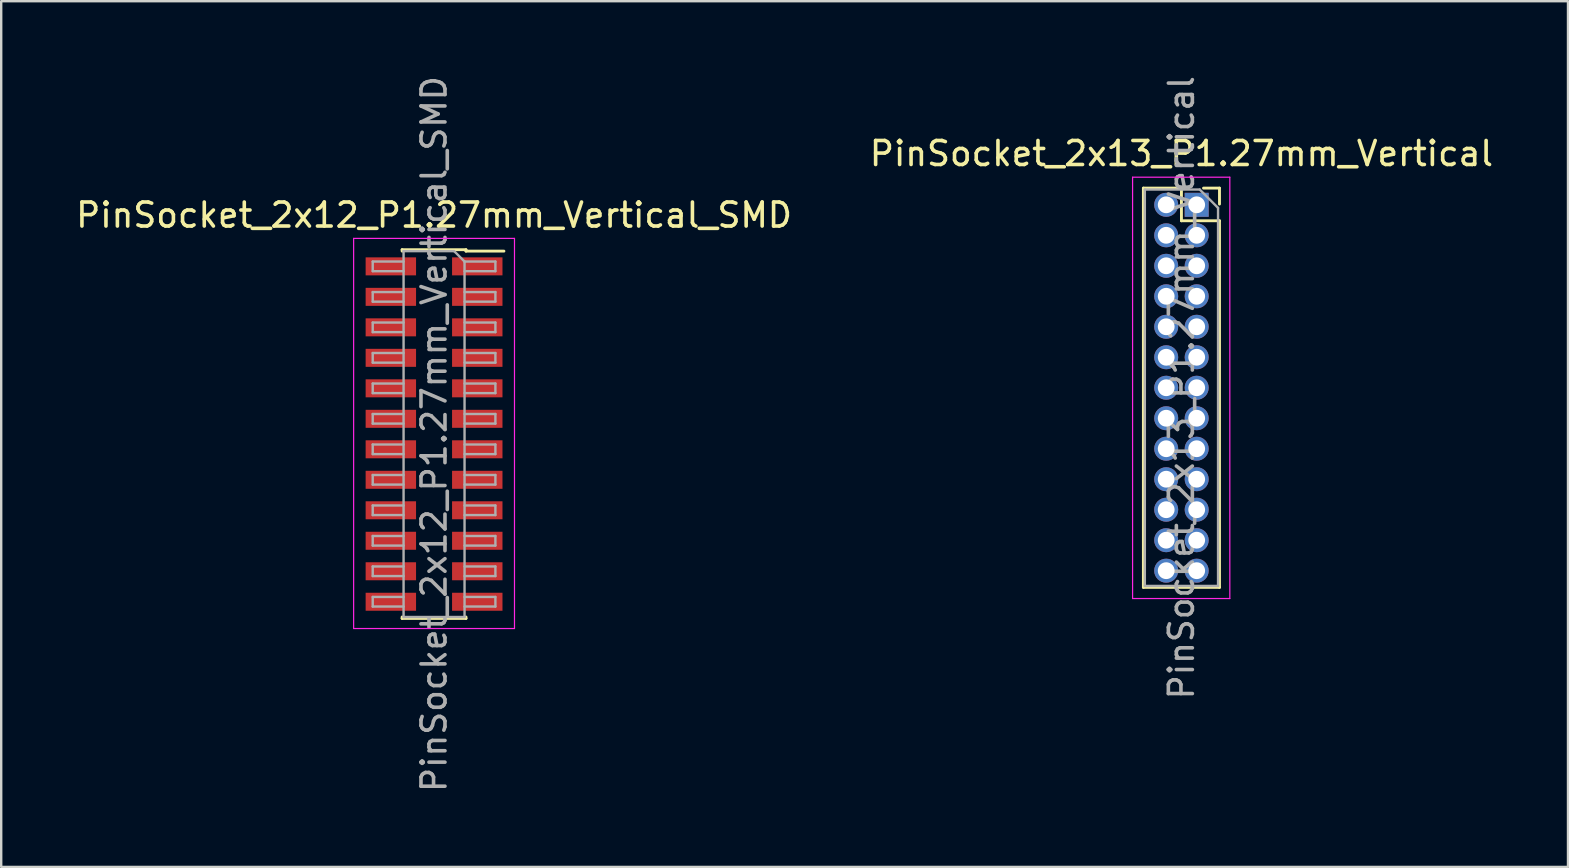
<source format=kicad_pcb>
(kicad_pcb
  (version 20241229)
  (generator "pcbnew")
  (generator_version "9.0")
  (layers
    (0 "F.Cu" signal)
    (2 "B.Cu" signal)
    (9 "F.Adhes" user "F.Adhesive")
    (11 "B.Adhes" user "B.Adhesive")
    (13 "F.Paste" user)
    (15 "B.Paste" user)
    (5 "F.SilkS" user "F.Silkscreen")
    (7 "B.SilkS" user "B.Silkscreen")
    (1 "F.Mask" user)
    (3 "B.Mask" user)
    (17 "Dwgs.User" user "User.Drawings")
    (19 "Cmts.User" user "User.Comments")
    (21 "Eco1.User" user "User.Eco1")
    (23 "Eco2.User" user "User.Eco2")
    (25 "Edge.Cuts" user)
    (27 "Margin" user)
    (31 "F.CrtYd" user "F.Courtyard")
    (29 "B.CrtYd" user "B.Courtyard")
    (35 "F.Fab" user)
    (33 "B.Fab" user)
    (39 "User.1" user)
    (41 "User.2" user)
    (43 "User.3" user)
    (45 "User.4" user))
  (footprint "PinSocket_2x12_P1.27mm_Vertical_SMD"
    (layer "F.Cu")
    (at 15.03 15.03)
    (property "Reference" "PinSocket_2x12_P1.27mm_Vertical_SMD" (at 0 -9.12 0) (layer "F.SilkS") (effects (font (size 1 1) (thickness 0.15))))
    (attr smd)
    (fp_line (start -1.33 -7.68) (end 1.33 -7.68) (stroke (width 0.12) (type solid)) (layer "F.SilkS"))
    (fp_line (start -1.33 -7.62) (end -1.33 -7.68) (stroke (width 0.12) (type solid)) (layer "F.SilkS"))
    (fp_line (start -1.33 7.68) (end -1.33 7.62) (stroke (width 0.12) (type solid)) (layer "F.SilkS"))
    (fp_line (start 1.33 -7.68) (end 1.33 -7.62) (stroke (width 0.12) (type solid)) (layer "F.SilkS"))
    (fp_line (start 1.33 -7.62) (end 2.91 -7.62) (stroke (width 0.12) (type solid)) (layer "F.SilkS"))
    (fp_line (start 1.33 7.62) (end 1.33 7.68) (stroke (width 0.12) (type solid)) (layer "F.SilkS"))
    (fp_line (start 1.33 7.68) (end -1.33 7.68) (stroke (width 0.12) (type solid)) (layer "F.SilkS"))
    (fp_line (start -3.35 -8.15) (end 3.35 -8.15) (stroke (width 0.05) (type solid)) (layer "F.CrtYd"))
    (fp_line (start -3.35 8.1) (end -3.35 -8.15) (stroke (width 0.05) (type solid)) (layer "F.CrtYd"))
    (fp_line (start 3.35 -8.15) (end 3.35 8.1) (stroke (width 0.05) (type solid)) (layer "F.CrtYd"))
    (fp_line (start 3.35 8.1) (end -3.35 8.1) (stroke (width 0.05) (type solid)) (layer "F.CrtYd"))
    (fp_line (start -2.555 -7.185) (end -1.27 -7.185) (stroke (width 0.1) (type solid)) (layer "F.Fab"))
    (fp_line (start -2.555 -6.785) (end -2.555 -7.185) (stroke (width 0.1) (type solid)) (layer "F.Fab"))
    (fp_line (start -2.555 -5.915) (end -1.27 -5.915) (stroke (width 0.1) (type solid)) (layer "F.Fab"))
    (fp_line (start -2.555 -5.515) (end -2.555 -5.915) (stroke (width 0.1) (type solid)) (layer "F.Fab"))
    (fp_line (start -2.555 -4.645) (end -1.27 -4.645) (stroke (width 0.1) (type solid)) (layer "F.Fab"))
    (fp_line (start -2.555 -4.245) (end -2.555 -4.645) (stroke (width 0.1) (type solid)) (layer "F.Fab"))
    (fp_line (start -2.555 -3.375) (end -1.27 -3.375) (stroke (width 0.1) (type solid)) (layer "F.Fab"))
    (fp_line (start -2.555 -2.975) (end -2.555 -3.375) (stroke (width 0.1) (type solid)) (layer "F.Fab"))
    (fp_line (start -2.555 -2.105) (end -1.27 -2.105) (stroke (width 0.1) (type solid)) (layer "F.Fab"))
    (fp_line (start -2.555 -1.705) (end -2.555 -2.105) (stroke (width 0.1) (type solid)) (layer "F.Fab"))
    (fp_line (start -2.555 -0.835) (end -1.27 -0.835) (stroke (width 0.1) (type solid)) (layer "F.Fab"))
    (fp_line (start -2.555 -0.435) (end -2.555 -0.835) (stroke (width 0.1) (type solid)) (layer "F.Fab"))
    (fp_line (start -2.555 0.435) (end -1.27 0.435) (stroke (width 0.1) (type solid)) (layer "F.Fab"))
    (fp_line (start -2.555 0.835) (end -2.555 0.435) (stroke (width 0.1) (type solid)) (layer "F.Fab"))
    (fp_line (start -2.555 1.705) (end -1.27 1.705) (stroke (width 0.1) (type solid)) (layer "F.Fab"))
    (fp_line (start -2.555 2.105) (end -2.555 1.705) (stroke (width 0.1) (type solid)) (layer "F.Fab"))
    (fp_line (start -2.555 2.975) (end -1.27 2.975) (stroke (width 0.1) (type solid)) (layer "F.Fab"))
    (fp_line (start -2.555 3.375) (end -2.555 2.975) (stroke (width 0.1) (type solid)) (layer "F.Fab"))
    (fp_line (start -2.555 4.245) (end -1.27 4.245) (stroke (width 0.1) (type solid)) (layer "F.Fab"))
    (fp_line (start -2.555 4.645) (end -2.555 4.245) (stroke (width 0.1) (type solid)) (layer "F.Fab"))
    (fp_line (start -2.555 5.515) (end -1.27 5.515) (stroke (width 0.1) (type solid)) (layer "F.Fab"))
    (fp_line (start -2.555 5.915) (end -2.555 5.515) (stroke (width 0.1) (type solid)) (layer "F.Fab"))
    (fp_line (start -2.555 6.785) (end -1.27 6.785) (stroke (width 0.1) (type solid)) (layer "F.Fab"))
    (fp_line (start -2.555 7.185) (end -2.555 6.785) (stroke (width 0.1) (type solid)) (layer "F.Fab"))
    (fp_line (start -1.27 -7.62) (end 0.835 -7.62) (stroke (width 0.1) (type solid)) (layer "F.Fab"))
    (fp_line (start -1.27 -6.785) (end -2.555 -6.785) (stroke (width 0.1) (type solid)) (layer "F.Fab"))
    (fp_line (start -1.27 -5.515) (end -2.555 -5.515) (stroke (width 0.1) (type solid)) (layer "F.Fab"))
    (fp_line (start -1.27 -4.245) (end -2.555 -4.245) (stroke (width 0.1) (type solid)) (layer "F.Fab"))
    (fp_line (start -1.27 -2.975) (end -2.555 -2.975) (stroke (width 0.1) (type solid)) (layer "F.Fab"))
    (fp_line (start -1.27 -1.705) (end -2.555 -1.705) (stroke (width 0.1) (type solid)) (layer "F.Fab"))
    (fp_line (start -1.27 -0.435) (end -2.555 -0.435) (stroke (width 0.1) (type solid)) (layer "F.Fab"))
    (fp_line (start -1.27 0.835) (end -2.555 0.835) (stroke (width 0.1) (type solid)) (layer "F.Fab"))
    (fp_line (start -1.27 2.105) (end -2.555 2.105) (stroke (width 0.1) (type solid)) (layer "F.Fab"))
    (fp_line (start -1.27 3.375) (end -2.555 3.375) (stroke (width 0.1) (type solid)) (layer "F.Fab"))
    (fp_line (start -1.27 4.645) (end -2.555 4.645) (stroke (width 0.1) (type solid)) (layer "F.Fab"))
    (fp_line (start -1.27 5.915) (end -2.555 5.915) (stroke (width 0.1) (type solid)) (layer "F.Fab"))
    (fp_line (start -1.27 7.185) (end -2.555 7.185) (stroke (width 0.1) (type solid)) (layer "F.Fab"))
    (fp_line (start -1.27 7.62) (end -1.27 -7.62) (stroke (width 0.1) (type solid)) (layer "F.Fab"))
    (fp_line (start 0.835 -7.62) (end 1.27 -7.185) (stroke (width 0.1) (type solid)) (layer "F.Fab"))
    (fp_line (start 1.27 -7.185) (end 1.27 7.62) (stroke (width 0.1) (type solid)) (layer "F.Fab"))
    (fp_line (start 1.27 -7.185) (end 2.555 -7.185) (stroke (width 0.1) (type solid)) (layer "F.Fab"))
    (fp_line (start 1.27 -5.915) (end 2.555 -5.915) (stroke (width 0.1) (type solid)) (layer "F.Fab"))
    (fp_line (start 1.27 -4.645) (end 2.555 -4.645) (stroke (width 0.1) (type solid)) (layer "F.Fab"))
    (fp_line (start 1.27 -3.375) (end 2.555 -3.375) (stroke (width 0.1) (type solid)) (layer "F.Fab"))
    (fp_line (start 1.27 -2.105) (end 2.555 -2.105) (stroke (width 0.1) (type solid)) (layer "F.Fab"))
    (fp_line (start 1.27 -0.835) (end 2.555 -0.835) (stroke (width 0.1) (type solid)) (layer "F.Fab"))
    (fp_line (start 1.27 0.435) (end 2.555 0.435) (stroke (width 0.1) (type solid)) (layer "F.Fab"))
    (fp_line (start 1.27 1.705) (end 2.555 1.705) (stroke (width 0.1) (type solid)) (layer "F.Fab"))
    (fp_line (start 1.27 2.975) (end 2.555 2.975) (stroke (width 0.1) (type solid)) (layer "F.Fab"))
    (fp_line (start 1.27 4.245) (end 2.555 4.245) (stroke (width 0.1) (type solid)) (layer "F.Fab"))
    (fp_line (start 1.27 5.515) (end 2.555 5.515) (stroke (width 0.1) (type solid)) (layer "F.Fab"))
    (fp_line (start 1.27 6.785) (end 2.555 6.785) (stroke (width 0.1) (type solid)) (layer "F.Fab"))
    (fp_line (start 1.27 7.62) (end -1.27 7.62) (stroke (width 0.1) (type solid)) (layer "F.Fab"))
    (fp_line (start 2.555 -7.185) (end 2.555 -6.785) (stroke (width 0.1) (type solid)) (layer "F.Fab"))
    (fp_line (start 2.555 -6.785) (end 1.27 -6.785) (stroke (width 0.1) (type solid)) (layer "F.Fab"))
    (fp_line (start 2.555 -5.915) (end 2.555 -5.515) (stroke (width 0.1) (type solid)) (layer "F.Fab"))
    (fp_line (start 2.555 -5.515) (end 1.27 -5.515) (stroke (width 0.1) (type solid)) (layer "F.Fab"))
    (fp_line (start 2.555 -4.645) (end 2.555 -4.245) (stroke (width 0.1) (type solid)) (layer "F.Fab"))
    (fp_line (start 2.555 -4.245) (end 1.27 -4.245) (stroke (width 0.1) (type solid)) (layer "F.Fab"))
    (fp_line (start 2.555 -3.375) (end 2.555 -2.975) (stroke (width 0.1) (type solid)) (layer "F.Fab"))
    (fp_line (start 2.555 -2.975) (end 1.27 -2.975) (stroke (width 0.1) (type solid)) (layer "F.Fab"))
    (fp_line (start 2.555 -2.105) (end 2.555 -1.705) (stroke (width 0.1) (type solid)) (layer "F.Fab"))
    (fp_line (start 2.555 -1.705) (end 1.27 -1.705) (stroke (width 0.1) (type solid)) (layer "F.Fab"))
    (fp_line (start 2.555 -0.835) (end 2.555 -0.435) (stroke (width 0.1) (type solid)) (layer "F.Fab"))
    (fp_line (start 2.555 -0.435) (end 1.27 -0.435) (stroke (width 0.1) (type solid)) (layer "F.Fab"))
    (fp_line (start 2.555 0.435) (end 2.555 0.835) (stroke (width 0.1) (type solid)) (layer "F.Fab"))
    (fp_line (start 2.555 0.835) (end 1.27 0.835) (stroke (width 0.1) (type solid)) (layer "F.Fab"))
    (fp_line (start 2.555 1.705) (end 2.555 2.105) (stroke (width 0.1) (type solid)) (layer "F.Fab"))
    (fp_line (start 2.555 2.105) (end 1.27 2.105) (stroke (width 0.1) (type solid)) (layer "F.Fab"))
    (fp_line (start 2.555 2.975) (end 2.555 3.375) (stroke (width 0.1) (type solid)) (layer "F.Fab"))
    (fp_line (start 2.555 3.375) (end 1.27 3.375) (stroke (width 0.1) (type solid)) (layer "F.Fab"))
    (fp_line (start 2.555 4.245) (end 2.555 4.645) (stroke (width 0.1) (type solid)) (layer "F.Fab"))
    (fp_line (start 2.555 4.645) (end 1.27 4.645) (stroke (width 0.1) (type solid)) (layer "F.Fab"))
    (fp_line (start 2.555 5.515) (end 2.555 5.915) (stroke (width 0.1) (type solid)) (layer "F.Fab"))
    (fp_line (start 2.555 5.915) (end 1.27 5.915) (stroke (width 0.1) (type solid)) (layer "F.Fab"))
    (fp_line (start 2.555 6.785) (end 2.555 7.185) (stroke (width 0.1) (type solid)) (layer "F.Fab"))
    (fp_line (start 2.555 7.185) (end 1.27 7.185) (stroke (width 0.1) (type solid)) (layer "F.Fab"))
    (fp_text user "${REFERENCE}" (at 0 0 90) (layer "F.Fab") (effects (font (size 1 1) (thickness 0.15))))
    (pad "1" smd rect (at 1.8 -6.985) (size 2.1 0.75) (layers "F.Cu" "F.Mask" "F.Paste"))
    (pad "2" smd rect (at -1.8 -6.985) (size 2.1 0.75) (layers "F.Cu" "F.Mask" "F.Paste"))
    (pad "3" smd rect (at 1.8 -5.715) (size 2.1 0.75) (layers "F.Cu" "F.Mask" "F.Paste"))
    (pad "4" smd rect (at -1.8 -5.715) (size 2.1 0.75) (layers "F.Cu" "F.Mask" "F.Paste"))
    (pad "5" smd rect (at 1.8 -4.445) (size 2.1 0.75) (layers "F.Cu" "F.Mask" "F.Paste"))
    (pad "6" smd rect (at -1.8 -4.445) (size 2.1 0.75) (layers "F.Cu" "F.Mask" "F.Paste"))
    (pad "7" smd rect (at 1.8 -3.175) (size 2.1 0.75) (layers "F.Cu" "F.Mask" "F.Paste"))
    (pad "8" smd rect (at -1.8 -3.175) (size 2.1 0.75) (layers "F.Cu" "F.Mask" "F.Paste"))
    (pad "9" smd rect (at 1.8 -1.905) (size 2.1 0.75) (layers "F.Cu" "F.Mask" "F.Paste"))
    (pad "10" smd rect (at -1.8 -1.905) (size 2.1 0.75) (layers "F.Cu" "F.Mask" "F.Paste"))
    (pad "11" smd rect (at 1.8 -0.635) (size 2.1 0.75) (layers "F.Cu" "F.Mask" "F.Paste"))
    (pad "12" smd rect (at -1.8 -0.635) (size 2.1 0.75) (layers "F.Cu" "F.Mask" "F.Paste"))
    (pad "13" smd rect (at 1.8 0.635) (size 2.1 0.75) (layers "F.Cu" "F.Mask" "F.Paste"))
    (pad "14" smd rect (at -1.8 0.635) (size 2.1 0.75) (layers "F.Cu" "F.Mask" "F.Paste"))
    (pad "15" smd rect (at 1.8 1.905) (size 2.1 0.75) (layers "F.Cu" "F.Mask" "F.Paste"))
    (pad "16" smd rect (at -1.8 1.905) (size 2.1 0.75) (layers "F.Cu" "F.Mask" "F.Paste"))
    (pad "17" smd rect (at 1.8 3.175) (size 2.1 0.75) (layers "F.Cu" "F.Mask" "F.Paste"))
    (pad "18" smd rect (at -1.8 3.175) (size 2.1 0.75) (layers "F.Cu" "F.Mask" "F.Paste"))
    (pad "19" smd rect (at 1.8 4.445) (size 2.1 0.75) (layers "F.Cu" "F.Mask" "F.Paste"))
    (pad "20" smd rect (at -1.8 4.445) (size 2.1 0.75) (layers "F.Cu" "F.Mask" "F.Paste"))
    (pad "21" smd rect (at 1.8 5.715) (size 2.1 0.75) (layers "F.Cu" "F.Mask" "F.Paste"))
    (pad "22" smd rect (at -1.8 5.715) (size 2.1 0.75) (layers "F.Cu" "F.Mask" "F.Paste"))
    (pad "23" smd rect (at 1.8 6.985) (size 2.1 0.75) (layers "F.Cu" "F.Mask" "F.Paste"))
    (pad "24" smd rect (at -1.8 6.985) (size 2.1 0.75) (layers "F.Cu" "F.Mask" "F.Paste")))
  (footprint "PinSocket_2x13_P1.27mm_Vertical"
    (layer "F.Cu")
    (at 46.796 5.481)
    (property "Reference" "PinSocket_2x13_P1.27mm_Vertical" (at -0.635 -2.135 0) (layer "F.SilkS") (effects (font (size 1 1) (thickness 0.15))))
    (attr through_hole)
    (fp_line (start -2.22 -0.695) (end -2.22 15.935) (stroke (width 0.12) (type solid)) (layer "F.SilkS"))
    (fp_line (start -2.22 15.935) (end 0.95 15.935) (stroke (width 0.12) (type solid)) (layer "F.SilkS"))
    (fp_line (start -0.635 -0.695) (end -2.22 -0.695) (stroke (width 0.12) (type solid)) (layer "F.SilkS"))
    (fp_line (start -0.635 0.665) (end -0.635 -0.695) (stroke (width 0.12) (type solid)) (layer "F.SilkS"))
    (fp_line (start 0.95 -0.695) (end 0.285 -0.695) (stroke (width 0.12) (type solid)) (layer "F.SilkS"))
    (fp_line (start 0.95 -0.03) (end 0.95 -0.695) (stroke (width 0.12) (type solid)) (layer "F.SilkS"))
    (fp_line (start 0.95 0.665) (end -0.635 0.665) (stroke (width 0.12) (type solid)) (layer "F.SilkS"))
    (fp_line (start 0.95 15.935) (end 0.95 0.665) (stroke (width 0.12) (type solid)) (layer "F.SilkS"))
    (fp_line (start -2.67 -1.15) (end 1.38 -1.15) (stroke (width 0.05) (type solid)) (layer "F.CrtYd"))
    (fp_line (start -2.67 16.4) (end -2.67 -1.15) (stroke (width 0.05) (type solid)) (layer "F.CrtYd"))
    (fp_line (start 1.38 -1.15) (end 1.38 16.4) (stroke (width 0.05) (type solid)) (layer "F.CrtYd"))
    (fp_line (start 1.38 16.4) (end -2.67 16.4) (stroke (width 0.05) (type solid)) (layer "F.CrtYd"))
    (fp_line (start -2.16 -0.635) (end 0.128 -0.635) (stroke (width 0.1) (type solid)) (layer "F.Fab"))
    (fp_line (start -2.16 15.875) (end -2.16 -0.635) (stroke (width 0.1) (type solid)) (layer "F.Fab"))
    (fp_line (start 0.128 -0.635) (end 0.89 0.128) (stroke (width 0.1) (type solid)) (layer "F.Fab"))
    (fp_line (start 0.89 0.128) (end 0.89 15.875) (stroke (width 0.1) (type solid)) (layer "F.Fab"))
    (fp_line (start 0.89 15.875) (end -2.16 15.875) (stroke (width 0.1) (type solid)) (layer "F.Fab"))
    (fp_text user "${REFERENCE}" (at -0.635 7.62 90) (layer "F.Fab") (effects (font (size 1 1) (thickness 0.15))))
    (pad "1" thru_hole rect (at 0 0) (size 1 1) (drill 0.7) (layers "*.Cu" "*.Mask"))
    (pad "2" thru_hole oval (at -1.27 0) (size 1 1) (drill 0.7) (layers "*.Cu" "*.Mask"))
    (pad "3" thru_hole oval (at 0 1.27) (size 1 1) (drill 0.7) (layers "*.Cu" "*.Mask"))
    (pad "4" thru_hole oval (at -1.27 1.27) (size 1 1) (drill 0.7) (layers "*.Cu" "*.Mask"))
    (pad "5" thru_hole oval (at 0 2.54) (size 1 1) (drill 0.7) (layers "*.Cu" "*.Mask"))
    (pad "6" thru_hole oval (at -1.27 2.54) (size 1 1) (drill 0.7) (layers "*.Cu" "*.Mask"))
    (pad "7" thru_hole oval (at 0 3.81) (size 1 1) (drill 0.7) (layers "*.Cu" "*.Mask"))
    (pad "8" thru_hole oval (at -1.27 3.81) (size 1 1) (drill 0.7) (layers "*.Cu" "*.Mask"))
    (pad "9" thru_hole oval (at 0 5.08) (size 1 1) (drill 0.7) (layers "*.Cu" "*.Mask"))
    (pad "10" thru_hole oval (at -1.27 5.08) (size 1 1) (drill 0.7) (layers "*.Cu" "*.Mask"))
    (pad "11" thru_hole oval (at 0 6.35) (size 1 1) (drill 0.7) (layers "*.Cu" "*.Mask"))
    (pad "12" thru_hole oval (at -1.27 6.35) (size 1 1) (drill 0.7) (layers "*.Cu" "*.Mask"))
    (pad "13" thru_hole oval (at 0 7.62) (size 1 1) (drill 0.7) (layers "*.Cu" "*.Mask"))
    (pad "14" thru_hole oval (at -1.27 7.62) (size 1 1) (drill 0.7) (layers "*.Cu" "*.Mask"))
    (pad "15" thru_hole oval (at 0 8.89) (size 1 1) (drill 0.7) (layers "*.Cu" "*.Mask"))
    (pad "16" thru_hole oval (at -1.27 8.89) (size 1 1) (drill 0.7) (layers "*.Cu" "*.Mask"))
    (pad "17" thru_hole oval (at 0 10.16) (size 1 1) (drill 0.7) (layers "*.Cu" "*.Mask"))
    (pad "18" thru_hole oval (at -1.27 10.16) (size 1 1) (drill 0.7) (layers "*.Cu" "*.Mask"))
    (pad "19" thru_hole oval (at 0 11.43) (size 1 1) (drill 0.7) (layers "*.Cu" "*.Mask"))
    (pad "20" thru_hole oval (at -1.27 11.43) (size 1 1) (drill 0.7) (layers "*.Cu" "*.Mask"))
    (pad "21" thru_hole oval (at 0 12.7) (size 1 1) (drill 0.7) (layers "*.Cu" "*.Mask"))
    (pad "22" thru_hole oval (at -1.27 12.7) (size 1 1) (drill 0.7) (layers "*.Cu" "*.Mask"))
    (pad "23" thru_hole oval (at 0 13.97) (size 1 1) (drill 0.7) (layers "*.Cu" "*.Mask"))
    (pad "24" thru_hole oval (at -1.27 13.97) (size 1 1) (drill 0.7) (layers "*.Cu" "*.Mask"))
    (pad "25" thru_hole oval (at 0 15.24) (size 1 1) (drill 0.7) (layers "*.Cu" "*.Mask"))
    (pad "26" thru_hole oval (at -1.27 15.24) (size 1 1) (drill 0.7) (layers "*.Cu" "*.Mask")))
  (gr_rect
    (start -3 -3)
    (end 62.262 33.06)
    (stroke (width 0.1) (type default))
    (fill no)
    (layer "Edge.Cuts")))
</source>
